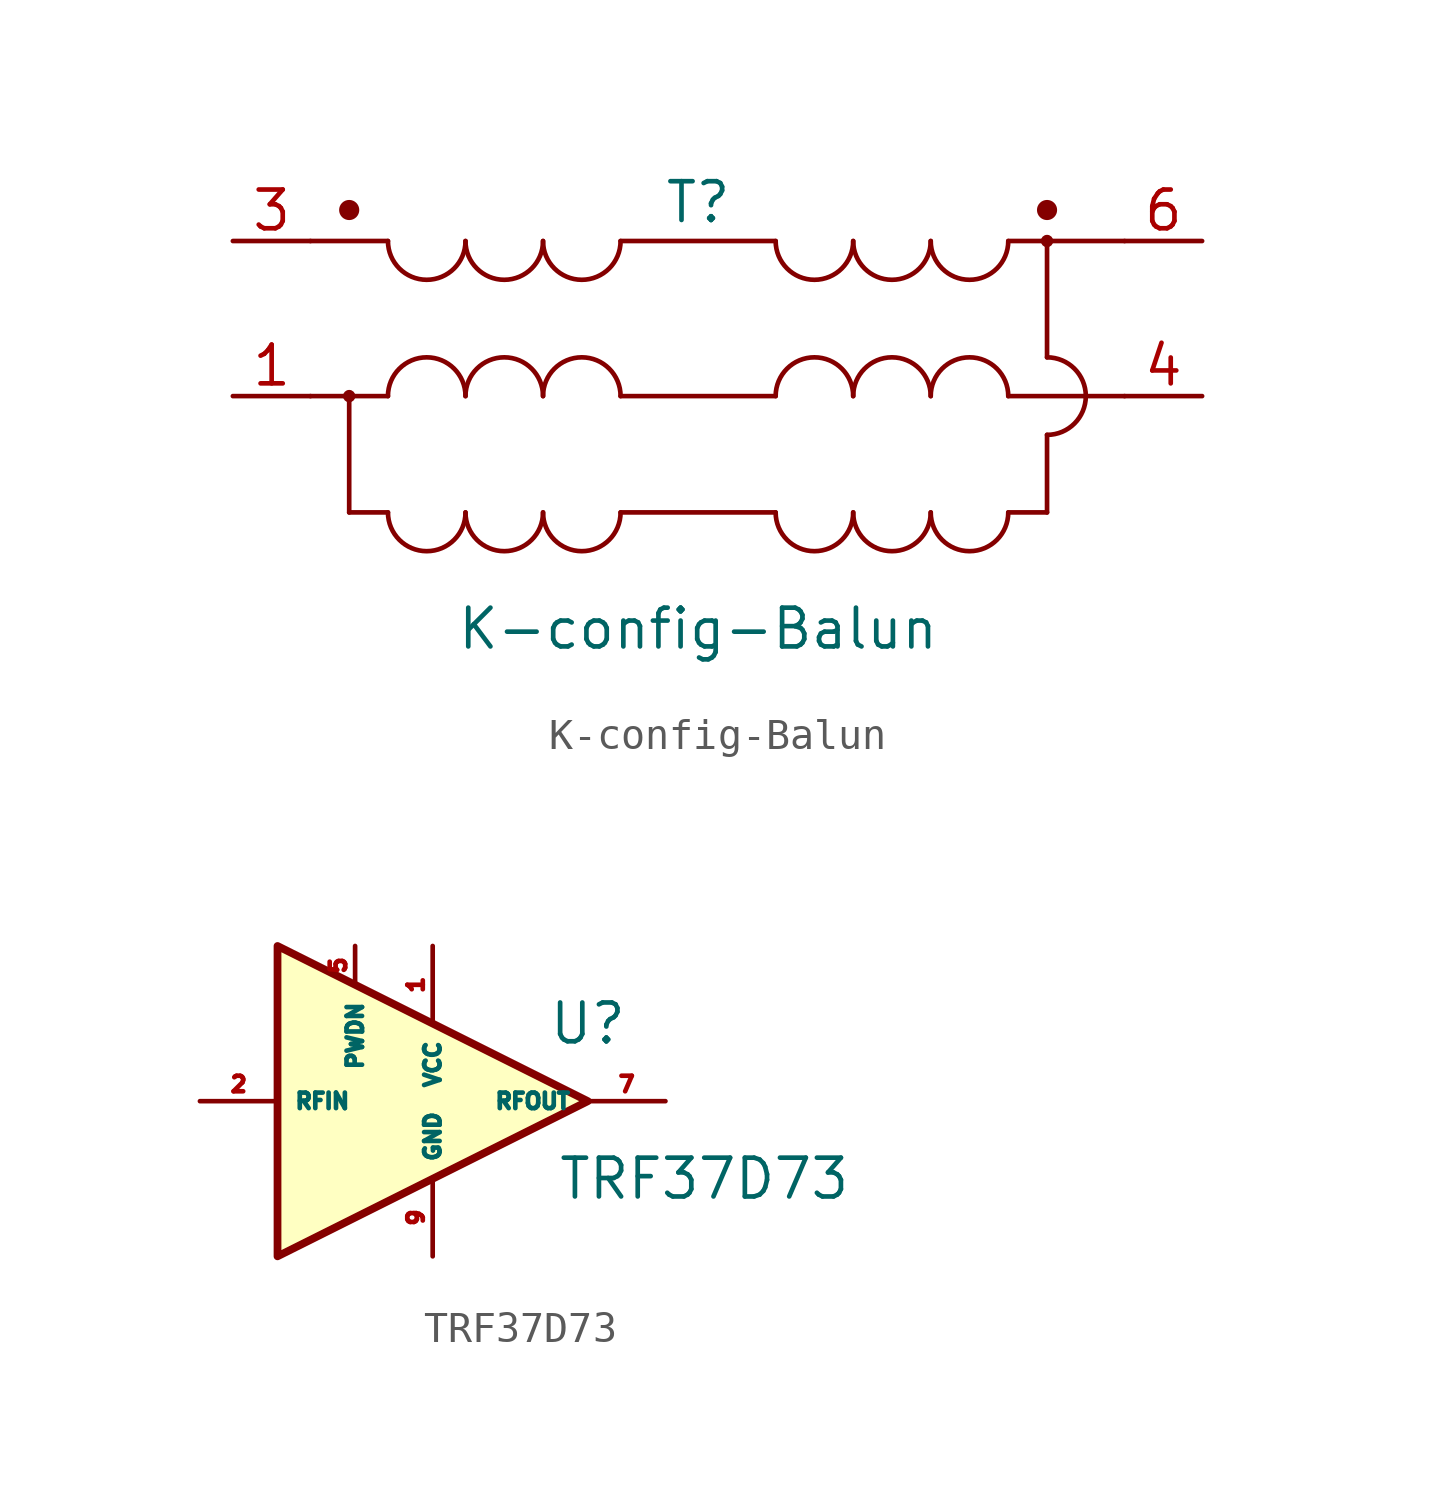
<source format=kicad_sym>
(kicad_symbol_lib
  (version 20201005)
  (generator kicad_symbol_editor)
  (symbol "K-config-Balun"
    (pin_names
      (offset 1.016))
    (property "Reference" "T"
      (at 0 3.81 0)
      (effects (font (size 1.27 1.27))))
    (property "Value" "K-config-Balun"
      (at 0 -10.16 0)
      (effects (font (size 1.27 1.27))))
    (symbol "K-config-Balun_0_1"
      (arc (start -10.16 2.54) (end -7.62 2.54) (radius (at -8.89 2.54) (length 1.27) (angles -179.9 -0.1)) (stroke (width 0)) (fill (type none)))
      (arc (start -7.62 2.54) (end -5.08 2.54) (radius (at -6.35 2.54) (length 1.27) (angles -179.9 -0.1)) (stroke (width 0)) (fill (type none)))
      (circle (center -11.43 -2.54) (radius 0.127) (stroke (width 0)) (fill (type none)))
      (circle (center -11.43 3.556) (radius 0.254) (stroke (width 0)) (fill (type outline)))
      (circle (center 11.43 2.54) (radius 0.127) (stroke (width 0)) (fill (type none)))
      (circle (center 11.43 3.556) (radius 0.254) (stroke (width 0)) (fill (type outline)))
      (polyline (pts (xy -11.43 -2.54) (xy -11.43 -6.35)) (stroke (width 0)) (fill (type none)))
      (polyline (pts (xy -10.16 2.54) (xy -12.7 2.54)) (stroke (width 0)) (fill (type none)))
      (polyline (pts (xy -2.54 2.54) (xy 2.54 2.54)) (stroke (width 0)) (fill (type none)))
      (polyline (pts (xy 10.16 -6.35) (xy 11.43 -6.35)) (stroke (width 0)) (fill (type none)))
      (polyline (pts (xy 10.16 2.54) (xy 13.97 2.54)) (stroke (width 0)) (fill (type none)))
      (polyline (pts (xy 11.43 -3.81) (xy 11.43 -6.35)) (stroke (width 0)) (fill (type none)))
      (polyline (pts (xy 11.43 2.54) (xy 11.43 -1.27)) (stroke (width 0)) (fill (type none))))
    (symbol "K-config-Balun_1_1"
      (arc (start -10.16 -6.35) (end -7.62 -6.35) (radius (at -8.89 -6.35) (length 1.27) (angles -179.9 -0.1)) (stroke (width 0)) (fill (type none)))
      (arc (start -7.62 -2.54) (end -10.16 -2.54) (radius (at -8.89 -2.54) (length 1.27) (angles 0.1 179.9)) (stroke (width 0)) (fill (type none)))
      (arc (start -7.62 -6.35) (end -5.08 -6.35) (radius (at -6.35 -6.35) (length 1.27) (angles -179.9 -0.1)) (stroke (width 0)) (fill (type none)))
      (arc (start -5.08 -2.54) (end -7.62 -2.54) (radius (at -6.35 -2.54) (length 1.27) (angles 0.1 179.9)) (stroke (width 0)) (fill (type none)))
      (arc (start -5.08 -6.35) (end -2.54 -6.35) (radius (at -3.81 -6.35) (length 1.27) (angles -179.9 -0.1)) (stroke (width 0)) (fill (type none)))
      (arc (start -2.54 -2.54) (end -5.08 -2.54) (radius (at -3.81 -2.54) (length 1.27) (angles 0.1 179.9)) (stroke (width 0)) (fill (type none)))
      (arc (start -5.08 2.54) (end -2.54 2.54) (radius (at -3.81 2.54) (length 1.27) (angles -179.9 -0.1)) (stroke (width 0)) (fill (type none)))
      (arc (start 2.54 -6.35) (end 5.08 -6.35) (radius (at 3.81 -6.35) (length 1.27) (angles -179.9 -0.1)) (stroke (width 0)) (fill (type none)))
      (arc (start 5.08 -2.54) (end 2.54 -2.54) (radius (at 3.81 -2.54) (length 1.27) (angles 0.1 179.9)) (stroke (width 0)) (fill (type none)))
      (arc (start 2.54 2.54) (end 5.08 2.54) (radius (at 3.81 2.54) (length 1.27) (angles -179.9 -0.1)) (stroke (width 0)) (fill (type none)))
      (arc (start 5.08 -6.35) (end 7.62 -6.35) (radius (at 6.35 -6.35) (length 1.27) (angles -179.9 -0.1)) (stroke (width 0)) (fill (type none)))
      (arc (start 7.62 -2.54) (end 5.08 -2.54) (radius (at 6.35 -2.54) (length 1.27) (angles 0.1 179.9)) (stroke (width 0)) (fill (type none)))
      (arc (start 5.08 2.54) (end 7.62 2.54) (radius (at 6.35 2.54) (length 1.27) (angles -179.9 -0.1)) (stroke (width 0)) (fill (type none)))
      (arc (start 7.62 -6.35) (end 10.16 -6.35) (radius (at 8.89 -6.35) (length 1.27) (angles -179.9 -0.1)) (stroke (width 0)) (fill (type none)))
      (arc (start 10.16 -2.54) (end 7.62 -2.54) (radius (at 8.89 -2.54) (length 1.27) (angles 0.1 179.9)) (stroke (width 0)) (fill (type none)))
      (arc (start 7.62 2.54) (end 10.16 2.54) (radius (at 8.89 2.54) (length 1.27) (angles -179.9 -0.1)) (stroke (width 0)) (fill (type none)))
      (arc (start 11.43 -3.81) (end 11.43 -1.27) (radius (at 11.43 -2.54) (length 1.27) (angles -89.9 89.9)) (stroke (width 0)) (fill (type none)))
      (polyline (pts (xy -10.16 -6.35) (xy -11.43 -6.35)) (stroke (width 0)) (fill (type none)))
      (polyline (pts (xy -10.16 -2.54) (xy -12.7 -2.54)) (stroke (width 0)) (fill (type none)))
      (polyline (pts (xy -2.54 -6.35) (xy 2.54 -6.35)) (stroke (width 0)) (fill (type none)))
      (polyline (pts (xy 2.54 -2.54) (xy -2.54 -2.54)) (stroke (width 0)) (fill (type none)))
      (polyline (pts (xy 10.16 -2.54) (xy 13.97 -2.54)) (stroke (width 0)) (fill (type none)))
      (pin passive line (at -15.24 -2.54 0) (length 2.54) (name "~" (effects (font (size 1.27 1.27)))) (number "1" (effects (font (size 1.27 1.27)))))
      (pin passive line (at -15.24 -2.54 0) (length 2.54) hide (name "~" (effects (font (size 1.27 1.27)))) (number "2" (effects (font (size 1.27 1.27)))))
      (pin passive line (at -15.24 2.54 0) (length 2.54) (name "~" (effects (font (size 1.27 1.27)))) (number "3" (effects (font (size 1.27 1.27)))))
      (pin passive line (at 16.51 -2.54 180) (length 2.54) (name "~" (effects (font (size 1.27 1.27)))) (number "4" (effects (font (size 1.27 1.27)))))
      (pin passive line (at 16.51 2.54 180) (length 2.54) (name "~" (effects (font (size 1.27 1.27)))) (number "6" (effects (font (size 1.27 1.27)))))))
  (symbol "TRF37D73"
    (property "Reference" "U"
      (at 7.62 2.54 0)
      (effects (font (size 1.27 1.27))))
    (property "Value" "TRF37D73"
      (at 11.43 -2.54 0)
      (effects (font (size 1.27 1.27))))
    (symbol "TRF37D73_0_1"
      (polyline (pts (xy -2.54 5.08) (xy -2.54 0) (xy -2.54 -5.08) (xy 7.62 0) (xy -2.54 5.08)) (stroke (width 0.254)) (fill (type background))))
    (symbol "TRF37D73_1_1"
      (pin power_in line (at 2.54 5.08 270) (length 2.54) (name "VCC" (effects (font (size 0.508 0.508)))) (number "1" (effects (font (size 0.508 0.508)))))
      (pin input line (at -5.08 0 0) (length 2.54) (name "RFIN" (effects (font (size 0.508 0.508)))) (number "2" (effects (font (size 0.508 0.508)))))
      (pin passive line (at 2.54 -5.08 90) (length 2.54) hide (name "NC" (effects (font (size 0.508 0.508)))) (number "3" (effects (font (size 0.508 0.508)))))
      (pin passive line (at 2.54 -5.08 90) (length 2.54) hide (name "NC" (effects (font (size 0.508 0.508)))) (number "4" (effects (font (size 0.508 0.508)))))
      (pin passive line (at 0 5.08 270) (length 1.27) (name "PWDN" (effects (font (size 0.508 0.508)))) (number "5" (effects (font (size 0.508 0.508)))))
      (pin passive line (at 2.54 -5.08 90) (length 2.54) hide (name "NC" (effects (font (size 0.508 0.508)))) (number "6" (effects (font (size 0.508 0.508)))))
      (pin output line (at 10.16 0 180) (length 2.54) (name "RFOUT" (effects (font (size 0.508 0.508)))) (number "7" (effects (font (size 0.508 0.508)))))
      (pin passive line (at 2.54 -5.08 90) (length 2.54) hide (name "NC" (effects (font (size 0.508 0.508)))) (number "8" (effects (font (size 0.508 0.508)))))
      (pin power_in line (at 2.54 -5.08 90) (length 2.54) (name "GND" (effects (font (size 0.508 0.508)))) (number "9" (effects (font (size 0.508 0.508))))))))
</source>
